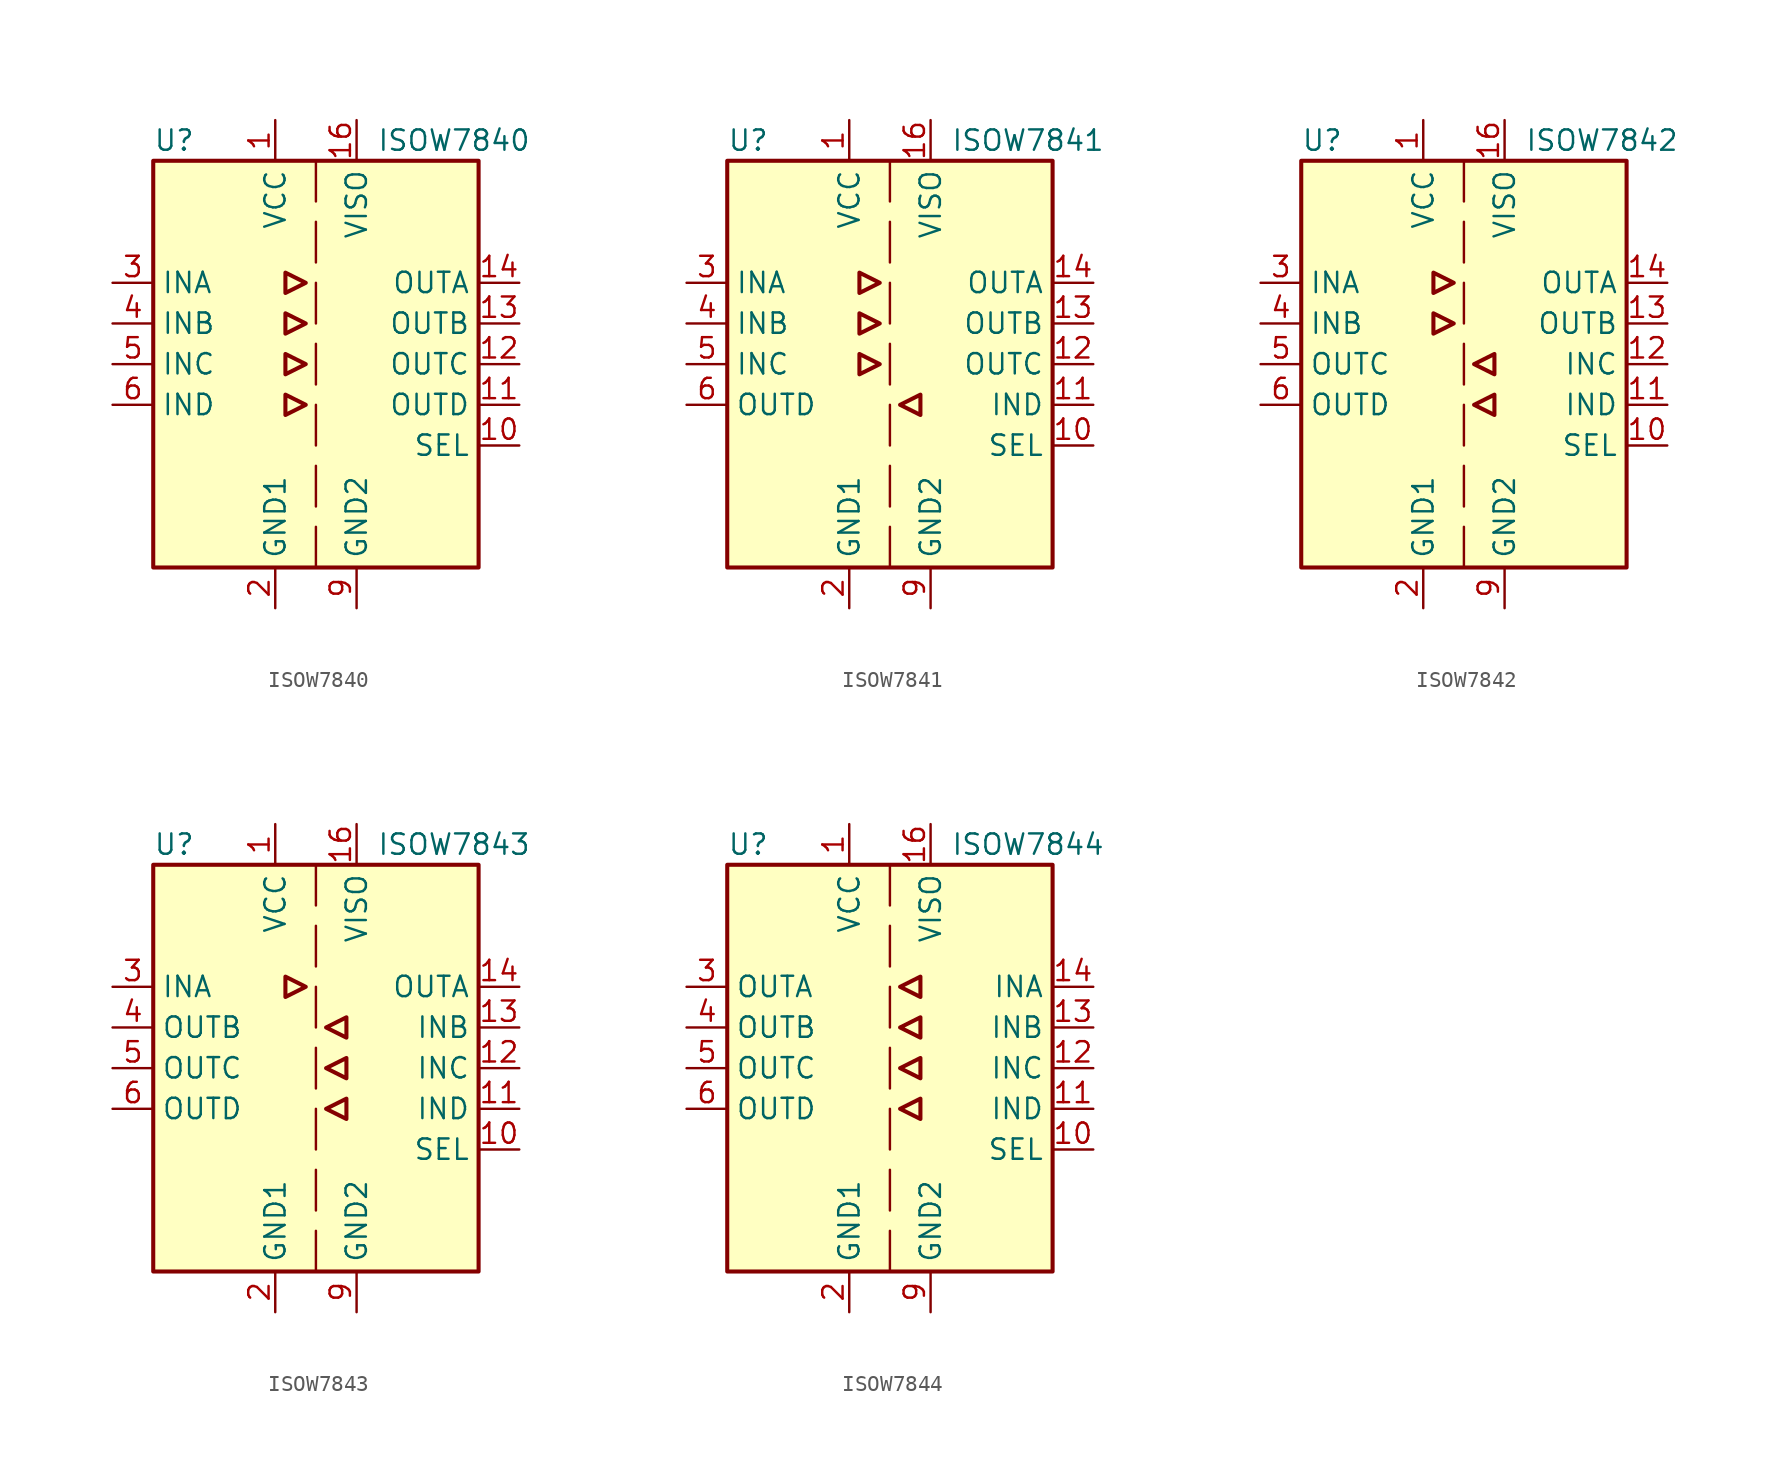
<source format=kicad_sym>
(kicad_symbol_lib
  (version 20200908)
  (generator kicad_symbol_editor)
  (symbol "Isolator:ISOW7840"
    (property "Reference" "U"
      (at -10.16 13.97 0)
      (effects (font (size 1.27 1.27)) (justify left)))
    (property "Value" "ISOW7840"
      (at 3.81 13.97 0)
      (effects (font (size 1.27 1.27)) (justify left)))
    (symbol "ISOW7840_0_1"
      (rectangle (start -10.16 12.7) (end 10.16 -12.7) (stroke (width 0.254)) (fill (type background)))
      (polyline (pts (xy 0 -10.16) (xy 0 -12.7)) (stroke (width 0)) (fill (type none)))
      (polyline (pts (xy 0 -6.35) (xy 0 -8.89)) (stroke (width 0)) (fill (type none)))
      (polyline (pts (xy 0 -2.54) (xy 0 -5.08)) (stroke (width 0)) (fill (type none)))
      (polyline (pts (xy 0 1.27) (xy 0 -1.27)) (stroke (width 0)) (fill (type none)))
      (polyline (pts (xy 0 5.08) (xy 0 2.54)) (stroke (width 0)) (fill (type none)))
      (polyline (pts (xy 0 8.89) (xy 0 6.35)) (stroke (width 0)) (fill (type none)))
      (polyline (pts (xy 0 12.7) (xy 0 10.16)) (stroke (width 0)) (fill (type none)))
      (polyline (pts (xy -1.905 -3.175) (xy -1.905 -1.905) (xy -0.635 -2.54) (xy -1.905 -3.175)) (stroke (width 0.254)) (fill (type none)))
      (polyline (pts (xy -1.905 -0.635) (xy -0.635 0) (xy -1.905 0.635) (xy -1.905 -0.635)) (stroke (width 0.254)) (fill (type none)))
      (polyline (pts (xy -1.905 3.175) (xy -1.905 1.905) (xy -0.635 2.54) (xy -1.905 3.175)) (stroke (width 0.254)) (fill (type none)))
      (polyline (pts (xy -1.905 4.445) (xy -0.635 5.08) (xy -1.905 5.715) (xy -1.905 4.445)) (stroke (width 0.254)) (fill (type none))))
    (symbol "ISOW7840_1_1"
      (pin power_in line (at -2.54 15.24 270) (length 2.54) (name "VCC" (effects (font (size 1.27 1.27)))) (number "1" (effects (font (size 1.27 1.27)))))
      (pin input line (at 12.7 -5.08 180) (length 2.54) (name "SEL" (effects (font (size 1.27 1.27)))) (number "10" (effects (font (size 1.27 1.27)))))
      (pin output line (at 12.7 -2.54 180) (length 2.54) (name "OUTD" (effects (font (size 1.27 1.27)))) (number "11" (effects (font (size 1.27 1.27)))))
      (pin output line (at 12.7 0 180) (length 2.54) (name "OUTC" (effects (font (size 1.27 1.27)))) (number "12" (effects (font (size 1.27 1.27)))))
      (pin output line (at 12.7 2.54 180) (length 2.54) (name "OUTB" (effects (font (size 1.27 1.27)))) (number "13" (effects (font (size 1.27 1.27)))))
      (pin output line (at 12.7 5.08 180) (length 2.54) (name "OUTA" (effects (font (size 1.27 1.27)))) (number "14" (effects (font (size 1.27 1.27)))))
      (pin passive line (at 2.54 -15.24 90) (length 2.54) hide (name "GND2" (effects (font (size 1.27 1.27)))) (number "15" (effects (font (size 1.27 1.27)))))
      (pin power_out line (at 2.54 15.24 270) (length 2.54) (name "VISO" (effects (font (size 1.27 1.27)))) (number "16" (effects (font (size 1.27 1.27)))))
      (pin power_in line (at -2.54 -15.24 90) (length 2.54) (name "GND1" (effects (font (size 1.27 1.27)))) (number "2" (effects (font (size 1.27 1.27)))))
      (pin input line (at -12.7 5.08 0) (length 2.54) (name "INA" (effects (font (size 1.27 1.27)))) (number "3" (effects (font (size 1.27 1.27)))))
      (pin input line (at -12.7 2.54 0) (length 2.54) (name "INB" (effects (font (size 1.27 1.27)))) (number "4" (effects (font (size 1.27 1.27)))))
      (pin input line (at -12.7 0 0) (length 2.54) (name "INC" (effects (font (size 1.27 1.27)))) (number "5" (effects (font (size 1.27 1.27)))))
      (pin input line (at -12.7 -2.54 0) (length 2.54) (name "IND" (effects (font (size 1.27 1.27)))) (number "6" (effects (font (size 1.27 1.27)))))
      (pin unconnected line (at -10.16 -5.08 0) (length 2.54) hide (name "NC" (effects (font (size 1.27 1.27)))) (number "7" (effects (font (size 1.27 1.27)))))
      (pin passive line (at -2.54 -15.24 90) (length 2.54) hide (name "GND1" (effects (font (size 1.27 1.27)))) (number "8" (effects (font (size 1.27 1.27)))))
      (pin power_in line (at 2.54 -15.24 90) (length 2.54) (name "GND2" (effects (font (size 1.27 1.27)))) (number "9" (effects (font (size 1.27 1.27)))))))
  (symbol "Isolator:ISOW7841"
    (property "Reference" "U"
      (at -10.16 13.97 0)
      (effects (font (size 1.27 1.27)) (justify left)))
    (property "Value" "ISOW7841"
      (at 3.81 13.97 0)
      (effects (font (size 1.27 1.27)) (justify left)))
    (symbol "ISOW7841_0_1"
      (rectangle (start -10.16 12.7) (end 10.16 -12.7) (stroke (width 0.254)) (fill (type background)))
      (polyline (pts (xy 0 -10.16) (xy 0 -12.7)) (stroke (width 0)) (fill (type none)))
      (polyline (pts (xy 0 -6.35) (xy 0 -8.89)) (stroke (width 0)) (fill (type none)))
      (polyline (pts (xy 0 -2.54) (xy 0 -5.08)) (stroke (width 0)) (fill (type none)))
      (polyline (pts (xy 0 1.27) (xy 0 -1.27)) (stroke (width 0)) (fill (type none)))
      (polyline (pts (xy 0 5.08) (xy 0 2.54)) (stroke (width 0)) (fill (type none)))
      (polyline (pts (xy 0 8.89) (xy 0 6.35)) (stroke (width 0)) (fill (type none)))
      (polyline (pts (xy 0 12.7) (xy 0 10.16)) (stroke (width 0)) (fill (type none)))
      (polyline (pts (xy -1.905 -0.635) (xy -0.635 0) (xy -1.905 0.635) (xy -1.905 -0.635)) (stroke (width 0.254)) (fill (type none)))
      (polyline (pts (xy -1.905 3.175) (xy -1.905 1.905) (xy -0.635 2.54) (xy -1.905 3.175)) (stroke (width 0.254)) (fill (type none)))
      (polyline (pts (xy -1.905 4.445) (xy -0.635 5.08) (xy -1.905 5.715) (xy -1.905 4.445)) (stroke (width 0.254)) (fill (type none)))
      (polyline (pts (xy 1.905 -1.905) (xy 1.905 -3.175) (xy 0.635 -2.54) (xy 1.905 -1.905)) (stroke (width 0.254)) (fill (type none))))
    (symbol "ISOW7841_1_1"
      (pin power_in line (at -2.54 15.24 270) (length 2.54) (name "VCC" (effects (font (size 1.27 1.27)))) (number "1" (effects (font (size 1.27 1.27)))))
      (pin input line (at 12.7 -5.08 180) (length 2.54) (name "SEL" (effects (font (size 1.27 1.27)))) (number "10" (effects (font (size 1.27 1.27)))))
      (pin input line (at 12.7 -2.54 180) (length 2.54) (name "IND" (effects (font (size 1.27 1.27)))) (number "11" (effects (font (size 1.27 1.27)))))
      (pin output line (at 12.7 0 180) (length 2.54) (name "OUTC" (effects (font (size 1.27 1.27)))) (number "12" (effects (font (size 1.27 1.27)))))
      (pin output line (at 12.7 2.54 180) (length 2.54) (name "OUTB" (effects (font (size 1.27 1.27)))) (number "13" (effects (font (size 1.27 1.27)))))
      (pin output line (at 12.7 5.08 180) (length 2.54) (name "OUTA" (effects (font (size 1.27 1.27)))) (number "14" (effects (font (size 1.27 1.27)))))
      (pin passive line (at 2.54 -15.24 90) (length 2.54) hide (name "GND2" (effects (font (size 1.27 1.27)))) (number "15" (effects (font (size 1.27 1.27)))))
      (pin power_out line (at 2.54 15.24 270) (length 2.54) (name "VISO" (effects (font (size 1.27 1.27)))) (number "16" (effects (font (size 1.27 1.27)))))
      (pin power_in line (at -2.54 -15.24 90) (length 2.54) (name "GND1" (effects (font (size 1.27 1.27)))) (number "2" (effects (font (size 1.27 1.27)))))
      (pin input line (at -12.7 5.08 0) (length 2.54) (name "INA" (effects (font (size 1.27 1.27)))) (number "3" (effects (font (size 1.27 1.27)))))
      (pin input line (at -12.7 2.54 0) (length 2.54) (name "INB" (effects (font (size 1.27 1.27)))) (number "4" (effects (font (size 1.27 1.27)))))
      (pin input line (at -12.7 0 0) (length 2.54) (name "INC" (effects (font (size 1.27 1.27)))) (number "5" (effects (font (size 1.27 1.27)))))
      (pin output line (at -12.7 -2.54 0) (length 2.54) (name "OUTD" (effects (font (size 1.27 1.27)))) (number "6" (effects (font (size 1.27 1.27)))))
      (pin unconnected line (at -10.16 -5.08 0) (length 2.54) hide (name "NC" (effects (font (size 1.27 1.27)))) (number "7" (effects (font (size 1.27 1.27)))))
      (pin passive line (at -2.54 -15.24 90) (length 2.54) hide (name "GND1" (effects (font (size 1.27 1.27)))) (number "8" (effects (font (size 1.27 1.27)))))
      (pin power_in line (at 2.54 -15.24 90) (length 2.54) (name "GND2" (effects (font (size 1.27 1.27)))) (number "9" (effects (font (size 1.27 1.27)))))))
  (symbol "Isolator:ISOW7842"
    (property "Reference" "U"
      (at -10.16 13.97 0)
      (effects (font (size 1.27 1.27)) (justify left)))
    (property "Value" "ISOW7842"
      (at 3.81 13.97 0)
      (effects (font (size 1.27 1.27)) (justify left)))
    (symbol "ISOW7842_0_1"
      (rectangle (start -10.16 12.7) (end 10.16 -12.7) (stroke (width 0.254)) (fill (type background)))
      (polyline (pts (xy 0 -10.16) (xy 0 -12.7)) (stroke (width 0)) (fill (type none)))
      (polyline (pts (xy 0 -6.35) (xy 0 -8.89)) (stroke (width 0)) (fill (type none)))
      (polyline (pts (xy 0 -2.54) (xy 0 -5.08)) (stroke (width 0)) (fill (type none)))
      (polyline (pts (xy 0 1.27) (xy 0 -1.27)) (stroke (width 0)) (fill (type none)))
      (polyline (pts (xy 0 5.08) (xy 0 2.54)) (stroke (width 0)) (fill (type none)))
      (polyline (pts (xy 0 8.89) (xy 0 6.35)) (stroke (width 0)) (fill (type none)))
      (polyline (pts (xy 0 12.7) (xy 0 10.16)) (stroke (width 0)) (fill (type none)))
      (polyline (pts (xy -1.905 3.175) (xy -1.905 1.905) (xy -0.635 2.54) (xy -1.905 3.175)) (stroke (width 0.254)) (fill (type none)))
      (polyline (pts (xy -1.905 4.445) (xy -0.635 5.08) (xy -1.905 5.715) (xy -1.905 4.445)) (stroke (width 0.254)) (fill (type none)))
      (polyline (pts (xy 1.905 -1.905) (xy 1.905 -3.175) (xy 0.635 -2.54) (xy 1.905 -1.905)) (stroke (width 0.254)) (fill (type none)))
      (polyline (pts (xy 1.905 -0.635) (xy 0.635 0) (xy 1.905 0.635) (xy 1.905 -0.635)) (stroke (width 0.254)) (fill (type none))))
    (symbol "ISOW7842_1_1"
      (pin power_in line (at -2.54 15.24 270) (length 2.54) (name "VCC" (effects (font (size 1.27 1.27)))) (number "1" (effects (font (size 1.27 1.27)))))
      (pin input line (at 12.7 -5.08 180) (length 2.54) (name "SEL" (effects (font (size 1.27 1.27)))) (number "10" (effects (font (size 1.27 1.27)))))
      (pin input line (at 12.7 -2.54 180) (length 2.54) (name "IND" (effects (font (size 1.27 1.27)))) (number "11" (effects (font (size 1.27 1.27)))))
      (pin input line (at 12.7 0 180) (length 2.54) (name "INC" (effects (font (size 1.27 1.27)))) (number "12" (effects (font (size 1.27 1.27)))))
      (pin output line (at 12.7 2.54 180) (length 2.54) (name "OUTB" (effects (font (size 1.27 1.27)))) (number "13" (effects (font (size 1.27 1.27)))))
      (pin output line (at 12.7 5.08 180) (length 2.54) (name "OUTA" (effects (font (size 1.27 1.27)))) (number "14" (effects (font (size 1.27 1.27)))))
      (pin passive line (at 2.54 -15.24 90) (length 2.54) hide (name "GND2" (effects (font (size 1.27 1.27)))) (number "15" (effects (font (size 1.27 1.27)))))
      (pin power_out line (at 2.54 15.24 270) (length 2.54) (name "VISO" (effects (font (size 1.27 1.27)))) (number "16" (effects (font (size 1.27 1.27)))))
      (pin power_in line (at -2.54 -15.24 90) (length 2.54) (name "GND1" (effects (font (size 1.27 1.27)))) (number "2" (effects (font (size 1.27 1.27)))))
      (pin input line (at -12.7 5.08 0) (length 2.54) (name "INA" (effects (font (size 1.27 1.27)))) (number "3" (effects (font (size 1.27 1.27)))))
      (pin input line (at -12.7 2.54 0) (length 2.54) (name "INB" (effects (font (size 1.27 1.27)))) (number "4" (effects (font (size 1.27 1.27)))))
      (pin output line (at -12.7 0 0) (length 2.54) (name "OUTC" (effects (font (size 1.27 1.27)))) (number "5" (effects (font (size 1.27 1.27)))))
      (pin output line (at -12.7 -2.54 0) (length 2.54) (name "OUTD" (effects (font (size 1.27 1.27)))) (number "6" (effects (font (size 1.27 1.27)))))
      (pin unconnected line (at -10.16 -5.08 0) (length 2.54) hide (name "NC" (effects (font (size 1.27 1.27)))) (number "7" (effects (font (size 1.27 1.27)))))
      (pin passive line (at -2.54 -15.24 90) (length 2.54) hide (name "GND1" (effects (font (size 1.27 1.27)))) (number "8" (effects (font (size 1.27 1.27)))))
      (pin power_in line (at 2.54 -15.24 90) (length 2.54) (name "GND2" (effects (font (size 1.27 1.27)))) (number "9" (effects (font (size 1.27 1.27)))))))
  (symbol "Isolator:ISOW7843"
    (property "Reference" "U"
      (at -10.16 13.97 0)
      (effects (font (size 1.27 1.27)) (justify left)))
    (property "Value" "ISOW7843"
      (at 3.81 13.97 0)
      (effects (font (size 1.27 1.27)) (justify left)))
    (symbol "ISOW7843_0_1"
      (rectangle (start -10.16 12.7) (end 10.16 -12.7) (stroke (width 0.254)) (fill (type background)))
      (polyline (pts (xy 0 -10.16) (xy 0 -12.7)) (stroke (width 0)) (fill (type none)))
      (polyline (pts (xy 0 -6.35) (xy 0 -8.89)) (stroke (width 0)) (fill (type none)))
      (polyline (pts (xy 0 -2.54) (xy 0 -5.08)) (stroke (width 0)) (fill (type none)))
      (polyline (pts (xy 0 1.27) (xy 0 -1.27)) (stroke (width 0)) (fill (type none)))
      (polyline (pts (xy 0 5.08) (xy 0 2.54)) (stroke (width 0)) (fill (type none)))
      (polyline (pts (xy 0 8.89) (xy 0 6.35)) (stroke (width 0)) (fill (type none)))
      (polyline (pts (xy 0 12.7) (xy 0 10.16)) (stroke (width 0)) (fill (type none)))
      (polyline (pts (xy -1.905 4.445) (xy -0.635 5.08) (xy -1.905 5.715) (xy -1.905 4.445)) (stroke (width 0.254)) (fill (type none)))
      (polyline (pts (xy 1.905 -1.905) (xy 1.905 -3.175) (xy 0.635 -2.54) (xy 1.905 -1.905)) (stroke (width 0.254)) (fill (type none)))
      (polyline (pts (xy 1.905 -0.635) (xy 0.635 0) (xy 1.905 0.635) (xy 1.905 -0.635)) (stroke (width 0.254)) (fill (type none)))
      (polyline (pts (xy 1.905 3.175) (xy 1.905 1.905) (xy 0.635 2.54) (xy 1.905 3.175)) (stroke (width 0.254)) (fill (type none))))
    (symbol "ISOW7843_1_1"
      (pin power_in line (at -2.54 15.24 270) (length 2.54) (name "VCC" (effects (font (size 1.27 1.27)))) (number "1" (effects (font (size 1.27 1.27)))))
      (pin input line (at 12.7 -5.08 180) (length 2.54) (name "SEL" (effects (font (size 1.27 1.27)))) (number "10" (effects (font (size 1.27 1.27)))))
      (pin input line (at 12.7 -2.54 180) (length 2.54) (name "IND" (effects (font (size 1.27 1.27)))) (number "11" (effects (font (size 1.27 1.27)))))
      (pin input line (at 12.7 0 180) (length 2.54) (name "INC" (effects (font (size 1.27 1.27)))) (number "12" (effects (font (size 1.27 1.27)))))
      (pin input line (at 12.7 2.54 180) (length 2.54) (name "INB" (effects (font (size 1.27 1.27)))) (number "13" (effects (font (size 1.27 1.27)))))
      (pin output line (at 12.7 5.08 180) (length 2.54) (name "OUTA" (effects (font (size 1.27 1.27)))) (number "14" (effects (font (size 1.27 1.27)))))
      (pin passive line (at 2.54 -15.24 90) (length 2.54) hide (name "GND2" (effects (font (size 1.27 1.27)))) (number "15" (effects (font (size 1.27 1.27)))))
      (pin power_out line (at 2.54 15.24 270) (length 2.54) (name "VISO" (effects (font (size 1.27 1.27)))) (number "16" (effects (font (size 1.27 1.27)))))
      (pin power_in line (at -2.54 -15.24 90) (length 2.54) (name "GND1" (effects (font (size 1.27 1.27)))) (number "2" (effects (font (size 1.27 1.27)))))
      (pin input line (at -12.7 5.08 0) (length 2.54) (name "INA" (effects (font (size 1.27 1.27)))) (number "3" (effects (font (size 1.27 1.27)))))
      (pin output line (at -12.7 2.54 0) (length 2.54) (name "OUTB" (effects (font (size 1.27 1.27)))) (number "4" (effects (font (size 1.27 1.27)))))
      (pin output line (at -12.7 0 0) (length 2.54) (name "OUTC" (effects (font (size 1.27 1.27)))) (number "5" (effects (font (size 1.27 1.27)))))
      (pin output line (at -12.7 -2.54 0) (length 2.54) (name "OUTD" (effects (font (size 1.27 1.27)))) (number "6" (effects (font (size 1.27 1.27)))))
      (pin unconnected line (at -10.16 -5.08 0) (length 2.54) hide (name "NC" (effects (font (size 1.27 1.27)))) (number "7" (effects (font (size 1.27 1.27)))))
      (pin passive line (at -2.54 -15.24 90) (length 2.54) hide (name "GND1" (effects (font (size 1.27 1.27)))) (number "8" (effects (font (size 1.27 1.27)))))
      (pin power_in line (at 2.54 -15.24 90) (length 2.54) (name "GND2" (effects (font (size 1.27 1.27)))) (number "9" (effects (font (size 1.27 1.27)))))))
  (symbol "Isolator:ISOW7844"
    (property "Reference" "U"
      (at -10.16 13.97 0)
      (effects (font (size 1.27 1.27)) (justify left)))
    (property "Value" "ISOW7844"
      (at 3.81 13.97 0)
      (effects (font (size 1.27 1.27)) (justify left)))
    (symbol "ISOW7844_0_1"
      (rectangle (start -10.16 12.7) (end 10.16 -12.7) (stroke (width 0.254)) (fill (type background)))
      (polyline (pts (xy 0 -10.16) (xy 0 -12.7)) (stroke (width 0)) (fill (type none)))
      (polyline (pts (xy 0 -6.35) (xy 0 -8.89)) (stroke (width 0)) (fill (type none)))
      (polyline (pts (xy 0 -2.54) (xy 0 -5.08)) (stroke (width 0)) (fill (type none)))
      (polyline (pts (xy 0 1.27) (xy 0 -1.27)) (stroke (width 0)) (fill (type none)))
      (polyline (pts (xy 0 5.08) (xy 0 2.54)) (stroke (width 0)) (fill (type none)))
      (polyline (pts (xy 0 8.89) (xy 0 6.35)) (stroke (width 0)) (fill (type none)))
      (polyline (pts (xy 0 12.7) (xy 0 10.16)) (stroke (width 0)) (fill (type none)))
      (polyline (pts (xy 1.905 -1.905) (xy 1.905 -3.175) (xy 0.635 -2.54) (xy 1.905 -1.905)) (stroke (width 0.254)) (fill (type none)))
      (polyline (pts (xy 1.905 -0.635) (xy 0.635 0) (xy 1.905 0.635) (xy 1.905 -0.635)) (stroke (width 0.254)) (fill (type none)))
      (polyline (pts (xy 1.905 3.175) (xy 1.905 1.905) (xy 0.635 2.54) (xy 1.905 3.175)) (stroke (width 0.254)) (fill (type none)))
      (polyline (pts (xy 1.905 4.445) (xy 0.635 5.08) (xy 1.905 5.715) (xy 1.905 4.445)) (stroke (width 0.254)) (fill (type none))))
    (symbol "ISOW7844_1_1"
      (pin power_in line (at -2.54 15.24 270) (length 2.54) (name "VCC" (effects (font (size 1.27 1.27)))) (number "1" (effects (font (size 1.27 1.27)))))
      (pin input line (at 12.7 -5.08 180) (length 2.54) (name "SEL" (effects (font (size 1.27 1.27)))) (number "10" (effects (font (size 1.27 1.27)))))
      (pin input line (at 12.7 -2.54 180) (length 2.54) (name "IND" (effects (font (size 1.27 1.27)))) (number "11" (effects (font (size 1.27 1.27)))))
      (pin input line (at 12.7 0 180) (length 2.54) (name "INC" (effects (font (size 1.27 1.27)))) (number "12" (effects (font (size 1.27 1.27)))))
      (pin input line (at 12.7 2.54 180) (length 2.54) (name "INB" (effects (font (size 1.27 1.27)))) (number "13" (effects (font (size 1.27 1.27)))))
      (pin input line (at 12.7 5.08 180) (length 2.54) (name "INA" (effects (font (size 1.27 1.27)))) (number "14" (effects (font (size 1.27 1.27)))))
      (pin passive line (at 2.54 -15.24 90) (length 2.54) hide (name "GND2" (effects (font (size 1.27 1.27)))) (number "15" (effects (font (size 1.27 1.27)))))
      (pin power_out line (at 2.54 15.24 270) (length 2.54) (name "VISO" (effects (font (size 1.27 1.27)))) (number "16" (effects (font (size 1.27 1.27)))))
      (pin power_in line (at -2.54 -15.24 90) (length 2.54) (name "GND1" (effects (font (size 1.27 1.27)))) (number "2" (effects (font (size 1.27 1.27)))))
      (pin output line (at -12.7 5.08 0) (length 2.54) (name "OUTA" (effects (font (size 1.27 1.27)))) (number "3" (effects (font (size 1.27 1.27)))))
      (pin output line (at -12.7 2.54 0) (length 2.54) (name "OUTB" (effects (font (size 1.27 1.27)))) (number "4" (effects (font (size 1.27 1.27)))))
      (pin output line (at -12.7 0 0) (length 2.54) (name "OUTC" (effects (font (size 1.27 1.27)))) (number "5" (effects (font (size 1.27 1.27)))))
      (pin output line (at -12.7 -2.54 0) (length 2.54) (name "OUTD" (effects (font (size 1.27 1.27)))) (number "6" (effects (font (size 1.27 1.27)))))
      (pin unconnected line (at -10.16 -5.08 0) (length 2.54) hide (name "NC" (effects (font (size 1.27 1.27)))) (number "7" (effects (font (size 1.27 1.27)))))
      (pin passive line (at -2.54 -15.24 90) (length 2.54) hide (name "GND1" (effects (font (size 1.27 1.27)))) (number "8" (effects (font (size 1.27 1.27)))))
      (pin power_in line (at 2.54 -15.24 90) (length 2.54) (name "GND2" (effects (font (size 1.27 1.27)))) (number "9" (effects (font (size 1.27 1.27))))))))
</source>
